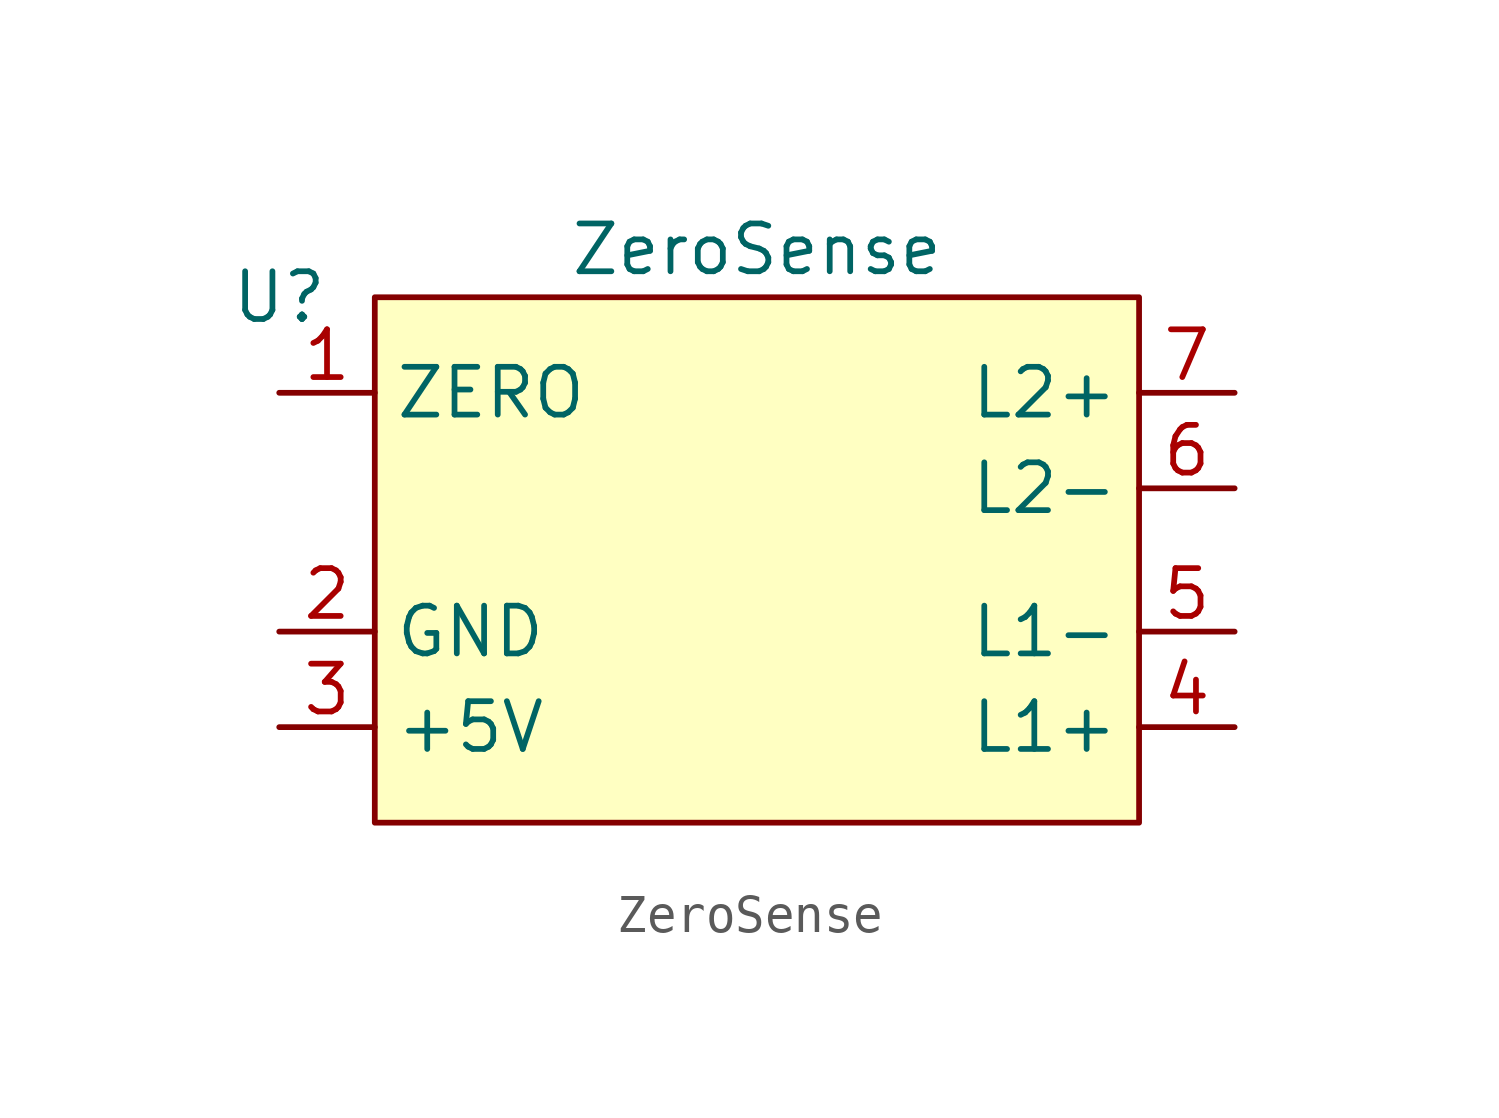
<source format=kicad_sym>
(kicad_symbol_lib
  (version 20220914)
  (generator kicad_symbol_editor)
  (symbol "ZeroSense"
    (property "Reference" "U"
      (at -12.7 6.35 0)
      (effects (font (size 1.27 1.27))))
    (property "Value" "ZeroSense"
      (at 0 7.62 0)
      (effects (font (size 1.27 1.27))))
    (symbol "ZeroSense_1_1"
      (rectangle (start -10.16 6.35) (end 10.16 -7.62) (stroke (width 0) (type default)) (fill (type background)))
      (pin passive line (at -12.7 3.81 0) (length 2.54) (name "ZERO" (effects (font (size 1.27 1.27)))) (number "1" (effects (font (size 1.27 1.27)))))
      (pin passive line (at -12.7 -2.54 0) (length 2.54) (name "GND" (effects (font (size 1.27 1.27)))) (number "2" (effects (font (size 1.27 1.27)))))
      (pin passive line (at -12.7 -5.08 0) (length 2.54) (name "+5V" (effects (font (size 1.27 1.27)))) (number "3" (effects (font (size 1.27 1.27)))))
      (pin passive line (at 12.7 -5.08 180) (length 2.54) (name "L1+" (effects (font (size 1.27 1.27)))) (number "4" (effects (font (size 1.27 1.27)))))
      (pin passive line (at 12.7 -2.54 180) (length 2.54) (name "L1-" (effects (font (size 1.27 1.27)))) (number "5" (effects (font (size 1.27 1.27)))))
      (pin passive line (at 12.7 1.27 180) (length 2.54) (name "L2-" (effects (font (size 1.27 1.27)))) (number "6" (effects (font (size 1.27 1.27)))))
      (pin passive line (at 12.7 3.81 180) (length 2.54) (name "L2+" (effects (font (size 1.27 1.27)))) (number "7" (effects (font (size 1.27 1.27))))))))
</source>
